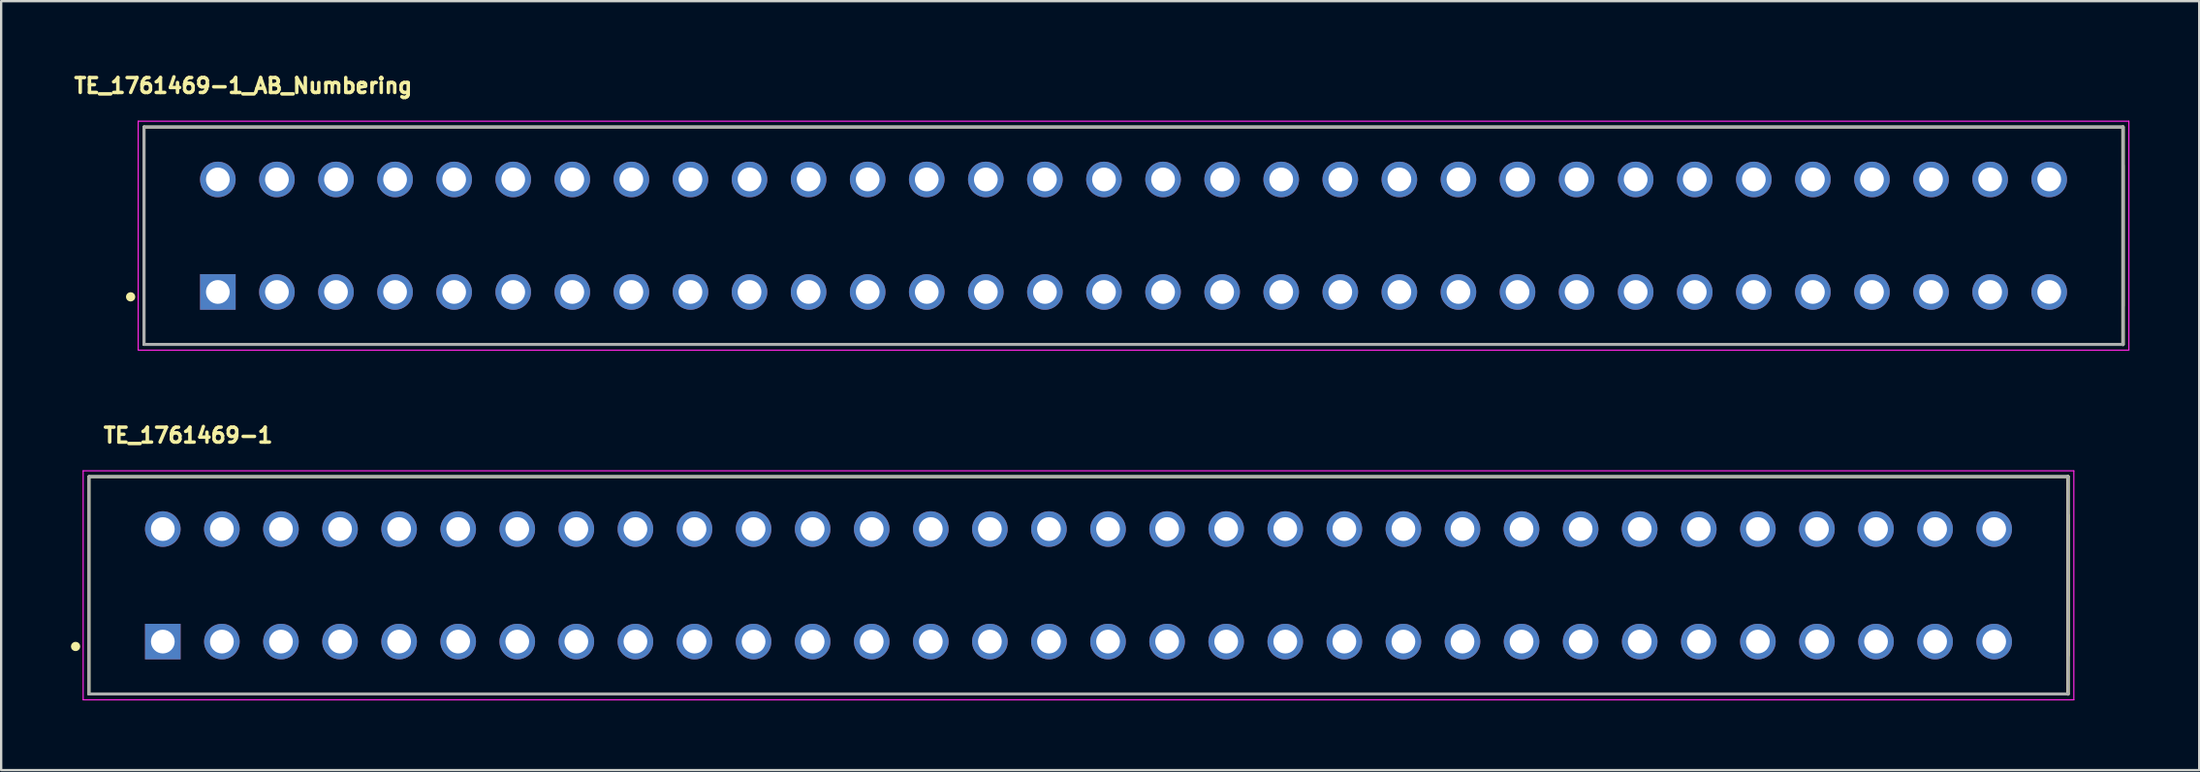
<source format=kicad_pcb>
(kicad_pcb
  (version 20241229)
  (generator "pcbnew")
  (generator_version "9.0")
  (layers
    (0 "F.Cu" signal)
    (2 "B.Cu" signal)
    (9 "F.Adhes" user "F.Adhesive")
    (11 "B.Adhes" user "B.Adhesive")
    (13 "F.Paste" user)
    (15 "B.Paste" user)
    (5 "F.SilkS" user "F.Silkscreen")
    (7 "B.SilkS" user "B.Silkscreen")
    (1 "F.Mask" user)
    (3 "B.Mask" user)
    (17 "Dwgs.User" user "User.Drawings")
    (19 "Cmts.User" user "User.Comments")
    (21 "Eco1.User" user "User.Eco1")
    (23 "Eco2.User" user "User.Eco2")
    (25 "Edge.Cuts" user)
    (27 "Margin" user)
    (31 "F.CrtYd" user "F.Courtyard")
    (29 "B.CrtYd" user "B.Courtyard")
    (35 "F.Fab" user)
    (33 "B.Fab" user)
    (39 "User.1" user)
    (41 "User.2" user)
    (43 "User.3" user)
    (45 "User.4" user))
  (footprint "TE_1761469-1"
    (layer "F.Cu")
    (at 43.32 22.13)
    (property "Reference" "TE_1761469-1" (at -38.281 -6.452 0) (layer "F.SilkS") (effects (font (size 0.641 0.641) (thickness 0.15))))
    (attr through_hole)
    (fp_line (start -42.545 -4.675) (end -42.545 4.675) (stroke (width 0.127) (type solid)) (layer "F.SilkS"))
    (fp_line (start -42.545 -4.675) (end 42.545 -4.675) (stroke (width 0.127) (type solid)) (layer "F.SilkS"))
    (fp_line (start 42.545 -4.675) (end 42.545 4.675) (stroke (width 0.15) (type solid)) (layer "F.SilkS"))
    (fp_line (start 42.545 -3.025) (end 42.545 3.025) (stroke (width 0.127) (type solid)) (layer "F.SilkS"))
    (fp_line (start 42.545 4.675) (end -42.545 4.675) (stroke (width 0.127) (type solid)) (layer "F.SilkS"))
    (fp_circle (center -43.12 2.63) (end -43.02 2.63) (stroke (width 0.2) (type solid)) (fill no) (layer "F.SilkS"))
    (fp_line (start -42.795 -4.925) (end 42.795 -4.925) (stroke (width 0.05) (type solid)) (layer "F.CrtYd"))
    (fp_line (start -42.795 4.925) (end -42.795 -4.925) (stroke (width 0.05) (type solid)) (layer "F.CrtYd"))
    (fp_line (start 42.795 -4.925) (end 42.795 4.925) (stroke (width 0.05) (type solid)) (layer "F.CrtYd"))
    (fp_line (start 42.795 4.925) (end -42.795 4.925) (stroke (width 0.05) (type solid)) (layer "F.CrtYd"))
    (fp_line (start -42.545 -4.675) (end -42.545 4.675) (stroke (width 0.127) (type solid)) (layer "F.Fab"))
    (fp_line (start -42.545 -4.675) (end 42.545 -4.675) (stroke (width 0.127) (type solid)) (layer "F.Fab"))
    (fp_line (start 42.545 -4.675) (end 42.545 4.675) (stroke (width 0.127) (type solid)) (layer "F.Fab"))
    (fp_line (start 42.545 4.675) (end -42.545 4.675) (stroke (width 0.127) (type solid)) (layer "F.Fab"))
    (pad "1" thru_hole rect (at -39.37 2.42) (size 1.53 1.53) (drill 1.02) (layers "*.Cu" "*.Mask"))
    (pad "2" thru_hole circle (at -36.83 2.42) (size 1.53 1.53) (drill 1.02) (layers "*.Cu" "*.Mask"))
    (pad "3" thru_hole circle (at -34.29 2.42) (size 1.53 1.53) (drill 1.02) (layers "*.Cu" "*.Mask"))
    (pad "4" thru_hole circle (at -31.75 2.42) (size 1.53 1.53) (drill 1.02) (layers "*.Cu" "*.Mask"))
    (pad "5" thru_hole circle (at -29.21 2.42) (size 1.53 1.53) (drill 1.02) (layers "*.Cu" "*.Mask"))
    (pad "6" thru_hole circle (at -26.67 2.42) (size 1.53 1.53) (drill 1.02) (layers "*.Cu" "*.Mask"))
    (pad "7" thru_hole circle (at -24.13 2.42) (size 1.53 1.53) (drill 1.02) (layers "*.Cu" "*.Mask"))
    (pad "8" thru_hole circle (at -21.59 2.42) (size 1.53 1.53) (drill 1.02) (layers "*.Cu" "*.Mask"))
    (pad "9" thru_hole circle (at -19.05 2.42) (size 1.53 1.53) (drill 1.02) (layers "*.Cu" "*.Mask"))
    (pad "10" thru_hole circle (at -16.51 2.42) (size 1.53 1.53) (drill 1.02) (layers "*.Cu" "*.Mask"))
    (pad "11" thru_hole circle (at -13.97 2.42) (size 1.53 1.53) (drill 1.02) (layers "*.Cu" "*.Mask"))
    (pad "12" thru_hole circle (at -11.43 2.42) (size 1.53 1.53) (drill 1.02) (layers "*.Cu" "*.Mask"))
    (pad "13" thru_hole circle (at -8.89 2.42) (size 1.53 1.53) (drill 1.02) (layers "*.Cu" "*.Mask"))
    (pad "14" thru_hole circle (at -6.35 2.42) (size 1.53 1.53) (drill 1.02) (layers "*.Cu" "*.Mask"))
    (pad "15" thru_hole circle (at -3.81 2.42) (size 1.53 1.53) (drill 1.02) (layers "*.Cu" "*.Mask"))
    (pad "16" thru_hole circle (at -1.27 2.42) (size 1.53 1.53) (drill 1.02) (layers "*.Cu" "*.Mask"))
    (pad "17" thru_hole circle (at 1.27 2.42) (size 1.53 1.53) (drill 1.02) (layers "*.Cu" "*.Mask"))
    (pad "18" thru_hole circle (at 3.81 2.42) (size 1.53 1.53) (drill 1.02) (layers "*.Cu" "*.Mask"))
    (pad "19" thru_hole circle (at 6.35 2.42) (size 1.53 1.53) (drill 1.02) (layers "*.Cu" "*.Mask"))
    (pad "20" thru_hole circle (at 8.89 2.42) (size 1.53 1.53) (drill 1.02) (layers "*.Cu" "*.Mask"))
    (pad "21" thru_hole circle (at 11.43 2.42) (size 1.53 1.53) (drill 1.02) (layers "*.Cu" "*.Mask"))
    (pad "22" thru_hole circle (at 13.97 2.42) (size 1.53 1.53) (drill 1.02) (layers "*.Cu" "*.Mask"))
    (pad "23" thru_hole circle (at 16.51 2.42) (size 1.53 1.53) (drill 1.02) (layers "*.Cu" "*.Mask"))
    (pad "24" thru_hole circle (at 19.05 2.42) (size 1.53 1.53) (drill 1.02) (layers "*.Cu" "*.Mask"))
    (pad "25" thru_hole circle (at 21.59 2.42) (size 1.53 1.53) (drill 1.02) (layers "*.Cu" "*.Mask"))
    (pad "26" thru_hole circle (at 24.13 2.42) (size 1.53 1.53) (drill 1.02) (layers "*.Cu" "*.Mask"))
    (pad "27" thru_hole circle (at 26.67 2.42) (size 1.53 1.53) (drill 1.02) (layers "*.Cu" "*.Mask"))
    (pad "28" thru_hole circle (at 29.21 2.42) (size 1.53 1.53) (drill 1.02) (layers "*.Cu" "*.Mask"))
    (pad "29" thru_hole circle (at 31.75 2.42) (size 1.53 1.53) (drill 1.02) (layers "*.Cu" "*.Mask"))
    (pad "30" thru_hole circle (at 34.29 2.42) (size 1.53 1.53) (drill 1.02) (layers "*.Cu" "*.Mask"))
    (pad "31" thru_hole circle (at 36.83 2.42) (size 1.53 1.53) (drill 1.02) (layers "*.Cu" "*.Mask"))
    (pad "32" thru_hole circle (at 39.37 2.42) (size 1.53 1.53) (drill 1.02) (layers "*.Cu" "*.Mask"))
    (pad "33" thru_hole circle (at 39.37 -2.42) (size 1.53 1.53) (drill 1.02) (layers "*.Cu" "*.Mask"))
    (pad "34" thru_hole circle (at 36.83 -2.42) (size 1.53 1.53) (drill 1.02) (layers "*.Cu" "*.Mask"))
    (pad "35" thru_hole circle (at 34.29 -2.42) (size 1.53 1.53) (drill 1.02) (layers "*.Cu" "*.Mask"))
    (pad "36" thru_hole circle (at 31.75 -2.42) (size 1.53 1.53) (drill 1.02) (layers "*.Cu" "*.Mask"))
    (pad "37" thru_hole circle (at 29.21 -2.42) (size 1.53 1.53) (drill 1.02) (layers "*.Cu" "*.Mask"))
    (pad "38" thru_hole circle (at 26.67 -2.42) (size 1.53 1.53) (drill 1.02) (layers "*.Cu" "*.Mask"))
    (pad "39" thru_hole circle (at 24.13 -2.42) (size 1.53 1.53) (drill 1.02) (layers "*.Cu" "*.Mask"))
    (pad "40" thru_hole circle (at 21.59 -2.42) (size 1.53 1.53) (drill 1.02) (layers "*.Cu" "*.Mask"))
    (pad "41" thru_hole circle (at 19.05 -2.42) (size 1.53 1.53) (drill 1.02) (layers "*.Cu" "*.Mask"))
    (pad "42" thru_hole circle (at 16.51 -2.42) (size 1.53 1.53) (drill 1.02) (layers "*.Cu" "*.Mask"))
    (pad "43" thru_hole circle (at 13.97 -2.42) (size 1.53 1.53) (drill 1.02) (layers "*.Cu" "*.Mask"))
    (pad "44" thru_hole circle (at 11.43 -2.42) (size 1.53 1.53) (drill 1.02) (layers "*.Cu" "*.Mask"))
    (pad "45" thru_hole circle (at 8.89 -2.42) (size 1.53 1.53) (drill 1.02) (layers "*.Cu" "*.Mask"))
    (pad "46" thru_hole circle (at 6.35 -2.42) (size 1.53 1.53) (drill 1.02) (layers "*.Cu" "*.Mask"))
    (pad "47" thru_hole circle (at 3.81 -2.42) (size 1.53 1.53) (drill 1.02) (layers "*.Cu" "*.Mask"))
    (pad "48" thru_hole circle (at 1.27 -2.42) (size 1.53 1.53) (drill 1.02) (layers "*.Cu" "*.Mask"))
    (pad "49" thru_hole circle (at -1.27 -2.42) (size 1.53 1.53) (drill 1.02) (layers "*.Cu" "*.Mask"))
    (pad "50" thru_hole circle (at -3.81 -2.42) (size 1.53 1.53) (drill 1.02) (layers "*.Cu" "*.Mask"))
    (pad "51" thru_hole circle (at -6.35 -2.42) (size 1.53 1.53) (drill 1.02) (layers "*.Cu" "*.Mask"))
    (pad "52" thru_hole circle (at -8.89 -2.42) (size 1.53 1.53) (drill 1.02) (layers "*.Cu" "*.Mask"))
    (pad "53" thru_hole circle (at -11.43 -2.42) (size 1.53 1.53) (drill 1.02) (layers "*.Cu" "*.Mask"))
    (pad "54" thru_hole circle (at -13.97 -2.42) (size 1.53 1.53) (drill 1.02) (layers "*.Cu" "*.Mask"))
    (pad "55" thru_hole circle (at -16.51 -2.42) (size 1.53 1.53) (drill 1.02) (layers "*.Cu" "*.Mask"))
    (pad "56" thru_hole circle (at -19.05 -2.42) (size 1.53 1.53) (drill 1.02) (layers "*.Cu" "*.Mask"))
    (pad "57" thru_hole circle (at -21.59 -2.42) (size 1.53 1.53) (drill 1.02) (layers "*.Cu" "*.Mask"))
    (pad "58" thru_hole circle (at -24.13 -2.42) (size 1.53 1.53) (drill 1.02) (layers "*.Cu" "*.Mask"))
    (pad "59" thru_hole circle (at -26.67 -2.42) (size 1.53 1.53) (drill 1.02) (layers "*.Cu" "*.Mask"))
    (pad "60" thru_hole circle (at -29.21 -2.42) (size 1.53 1.53) (drill 1.02) (layers "*.Cu" "*.Mask"))
    (pad "61" thru_hole circle (at -31.75 -2.42) (size 1.53 1.53) (drill 1.02) (layers "*.Cu" "*.Mask"))
    (pad "62" thru_hole circle (at -34.29 -2.42) (size 1.53 1.53) (drill 1.02) (layers "*.Cu" "*.Mask"))
    (pad "63" thru_hole circle (at -36.83 -2.42) (size 1.53 1.53) (drill 1.02) (layers "*.Cu" "*.Mask"))
    (pad "64" thru_hole circle (at -39.37 -2.42) (size 1.53 1.53) (drill 1.02) (layers "*.Cu" "*.Mask")))
  (footprint "TE_1761469-1_AB_Numbering"
    (layer "F.Cu")
    (at 45.686 7.09)
    (property "Reference" "TE_1761469-1_AB_Numbering" (at -38.281 -6.452 0) (layer "F.SilkS") (effects (font (size 0.641 0.641) (thickness 0.15))))
    (attr through_hole)
    (fp_line (start -42.545 -4.675) (end -42.545 4.675) (stroke (width 0.127) (type solid)) (layer "F.SilkS"))
    (fp_line (start -42.545 -4.675) (end 42.545 -4.675) (stroke (width 0.127) (type solid)) (layer "F.SilkS"))
    (fp_line (start 42.545 -4.675) (end 42.545 4.675) (stroke (width 0.15) (type solid)) (layer "F.SilkS"))
    (fp_line (start 42.545 -3.025) (end 42.545 3.025) (stroke (width 0.127) (type solid)) (layer "F.SilkS"))
    (fp_line (start 42.545 4.675) (end -42.545 4.675) (stroke (width 0.127) (type solid)) (layer "F.SilkS"))
    (fp_circle (center -43.12 2.63) (end -43.02 2.63) (stroke (width 0.2) (type solid)) (fill no) (layer "F.SilkS"))
    (fp_line (start -42.795 -4.925) (end 42.795 -4.925) (stroke (width 0.05) (type solid)) (layer "F.CrtYd"))
    (fp_line (start -42.795 4.925) (end -42.795 -4.925) (stroke (width 0.05) (type solid)) (layer "F.CrtYd"))
    (fp_line (start 42.795 -4.925) (end 42.795 4.925) (stroke (width 0.05) (type solid)) (layer "F.CrtYd"))
    (fp_line (start 42.795 4.925) (end -42.795 4.925) (stroke (width 0.05) (type solid)) (layer "F.CrtYd"))
    (fp_line (start -42.545 -4.675) (end -42.545 4.675) (stroke (width 0.127) (type solid)) (layer "F.Fab"))
    (fp_line (start -42.545 -4.675) (end 42.545 -4.675) (stroke (width 0.127) (type solid)) (layer "F.Fab"))
    (fp_line (start 42.545 -4.675) (end 42.545 4.675) (stroke (width 0.127) (type solid)) (layer "F.Fab"))
    (fp_line (start 42.545 4.675) (end -42.545 4.675) (stroke (width 0.127) (type solid)) (layer "F.Fab"))
    (pad "A1" thru_hole rect (at -39.37 2.42) (size 1.53 1.53) (drill 1.02) (layers "*.Cu" "*.Mask"))
    (pad "A2" thru_hole circle (at -36.83 2.42) (size 1.53 1.53) (drill 1.02) (layers "*.Cu" "*.Mask"))
    (pad "A3" thru_hole circle (at -34.29 2.42) (size 1.53 1.53) (drill 1.02) (layers "*.Cu" "*.Mask"))
    (pad "A4" thru_hole circle (at -31.75 2.42) (size 1.53 1.53) (drill 1.02) (layers "*.Cu" "*.Mask"))
    (pad "A5" thru_hole circle (at -29.21 2.42) (size 1.53 1.53) (drill 1.02) (layers "*.Cu" "*.Mask"))
    (pad "A6" thru_hole circle (at -26.67 2.42) (size 1.53 1.53) (drill 1.02) (layers "*.Cu" "*.Mask"))
    (pad "A7" thru_hole circle (at -24.13 2.42) (size 1.53 1.53) (drill 1.02) (layers "*.Cu" "*.Mask"))
    (pad "A8" thru_hole circle (at -21.59 2.42) (size 1.53 1.53) (drill 1.02) (layers "*.Cu" "*.Mask"))
    (pad "A9" thru_hole circle (at -19.05 2.42) (size 1.53 1.53) (drill 1.02) (layers "*.Cu" "*.Mask"))
    (pad "A10" thru_hole circle (at -16.51 2.42) (size 1.53 1.53) (drill 1.02) (layers "*.Cu" "*.Mask"))
    (pad "A11" thru_hole circle (at -13.97 2.42) (size 1.53 1.53) (drill 1.02) (layers "*.Cu" "*.Mask"))
    (pad "A12" thru_hole circle (at -11.43 2.42) (size 1.53 1.53) (drill 1.02) (layers "*.Cu" "*.Mask"))
    (pad "A13" thru_hole circle (at -8.89 2.42) (size 1.53 1.53) (drill 1.02) (layers "*.Cu" "*.Mask"))
    (pad "A14" thru_hole circle (at -6.35 2.42) (size 1.53 1.53) (drill 1.02) (layers "*.Cu" "*.Mask"))
    (pad "A15" thru_hole circle (at -3.81 2.42) (size 1.53 1.53) (drill 1.02) (layers "*.Cu" "*.Mask"))
    (pad "A16" thru_hole circle (at -1.27 2.42) (size 1.53 1.53) (drill 1.02) (layers "*.Cu" "*.Mask"))
    (pad "A17" thru_hole circle (at 1.27 2.42) (size 1.53 1.53) (drill 1.02) (layers "*.Cu" "*.Mask"))
    (pad "A18" thru_hole circle (at 3.81 2.42) (size 1.53 1.53) (drill 1.02) (layers "*.Cu" "*.Mask"))
    (pad "A19" thru_hole circle (at 6.35 2.42) (size 1.53 1.53) (drill 1.02) (layers "*.Cu" "*.Mask"))
    (pad "A20" thru_hole circle (at 8.89 2.42) (size 1.53 1.53) (drill 1.02) (layers "*.Cu" "*.Mask"))
    (pad "A21" thru_hole circle (at 11.43 2.42) (size 1.53 1.53) (drill 1.02) (layers "*.Cu" "*.Mask"))
    (pad "A22" thru_hole circle (at 13.97 2.42) (size 1.53 1.53) (drill 1.02) (layers "*.Cu" "*.Mask"))
    (pad "A23" thru_hole circle (at 16.51 2.42) (size 1.53 1.53) (drill 1.02) (layers "*.Cu" "*.Mask"))
    (pad "A24" thru_hole circle (at 19.05 2.42) (size 1.53 1.53) (drill 1.02) (layers "*.Cu" "*.Mask"))
    (pad "A25" thru_hole circle (at 21.59 2.42) (size 1.53 1.53) (drill 1.02) (layers "*.Cu" "*.Mask"))
    (pad "A26" thru_hole circle (at 24.13 2.42) (size 1.53 1.53) (drill 1.02) (layers "*.Cu" "*.Mask"))
    (pad "A27" thru_hole circle (at 26.67 2.42) (size 1.53 1.53) (drill 1.02) (layers "*.Cu" "*.Mask"))
    (pad "A28" thru_hole circle (at 29.21 2.42) (size 1.53 1.53) (drill 1.02) (layers "*.Cu" "*.Mask"))
    (pad "A29" thru_hole circle (at 31.75 2.42) (size 1.53 1.53) (drill 1.02) (layers "*.Cu" "*.Mask"))
    (pad "A30" thru_hole circle (at 34.29 2.42) (size 1.53 1.53) (drill 1.02) (layers "*.Cu" "*.Mask"))
    (pad "A31" thru_hole circle (at 36.83 2.42) (size 1.53 1.53) (drill 1.02) (layers "*.Cu" "*.Mask"))
    (pad "A32" thru_hole circle (at 39.37 2.42) (size 1.53 1.53) (drill 1.02) (layers "*.Cu" "*.Mask"))
    (pad "B1" thru_hole circle (at -39.37 -2.42) (size 1.53 1.53) (drill 1.02) (layers "*.Cu" "*.Mask"))
    (pad "B2" thru_hole circle (at -36.83 -2.42) (size 1.53 1.53) (drill 1.02) (layers "*.Cu" "*.Mask"))
    (pad "B3" thru_hole circle (at -34.29 -2.42) (size 1.53 1.53) (drill 1.02) (layers "*.Cu" "*.Mask"))
    (pad "B4" thru_hole circle (at -31.75 -2.42) (size 1.53 1.53) (drill 1.02) (layers "*.Cu" "*.Mask"))
    (pad "B5" thru_hole circle (at -29.21 -2.42) (size 1.53 1.53) (drill 1.02) (layers "*.Cu" "*.Mask"))
    (pad "B6" thru_hole circle (at -26.67 -2.42) (size 1.53 1.53) (drill 1.02) (layers "*.Cu" "*.Mask"))
    (pad "B7" thru_hole circle (at -24.13 -2.42) (size 1.53 1.53) (drill 1.02) (layers "*.Cu" "*.Mask"))
    (pad "B8" thru_hole circle (at -21.59 -2.42) (size 1.53 1.53) (drill 1.02) (layers "*.Cu" "*.Mask"))
    (pad "B9" thru_hole circle (at -19.05 -2.42) (size 1.53 1.53) (drill 1.02) (layers "*.Cu" "*.Mask"))
    (pad "B10" thru_hole circle (at -16.51 -2.42) (size 1.53 1.53) (drill 1.02) (layers "*.Cu" "*.Mask"))
    (pad "B11" thru_hole circle (at -13.97 -2.42) (size 1.53 1.53) (drill 1.02) (layers "*.Cu" "*.Mask"))
    (pad "B12" thru_hole circle (at -11.43 -2.42) (size 1.53 1.53) (drill 1.02) (layers "*.Cu" "*.Mask"))
    (pad "B13" thru_hole circle (at -8.89 -2.42) (size 1.53 1.53) (drill 1.02) (layers "*.Cu" "*.Mask"))
    (pad "B14" thru_hole circle (at -6.35 -2.42) (size 1.53 1.53) (drill 1.02) (layers "*.Cu" "*.Mask"))
    (pad "B15" thru_hole circle (at -3.81 -2.42) (size 1.53 1.53) (drill 1.02) (layers "*.Cu" "*.Mask"))
    (pad "B16" thru_hole circle (at -1.27 -2.42) (size 1.53 1.53) (drill 1.02) (layers "*.Cu" "*.Mask"))
    (pad "B17" thru_hole circle (at 1.27 -2.42) (size 1.53 1.53) (drill 1.02) (layers "*.Cu" "*.Mask"))
    (pad "B18" thru_hole circle (at 3.81 -2.42) (size 1.53 1.53) (drill 1.02) (layers "*.Cu" "*.Mask"))
    (pad "B19" thru_hole circle (at 6.35 -2.42) (size 1.53 1.53) (drill 1.02) (layers "*.Cu" "*.Mask"))
    (pad "B20" thru_hole circle (at 8.89 -2.42) (size 1.53 1.53) (drill 1.02) (layers "*.Cu" "*.Mask"))
    (pad "B21" thru_hole circle (at 11.43 -2.42) (size 1.53 1.53) (drill 1.02) (layers "*.Cu" "*.Mask"))
    (pad "B22" thru_hole circle (at 13.97 -2.42) (size 1.53 1.53) (drill 1.02) (layers "*.Cu" "*.Mask"))
    (pad "B23" thru_hole circle (at 16.51 -2.42) (size 1.53 1.53) (drill 1.02) (layers "*.Cu" "*.Mask"))
    (pad "B24" thru_hole circle (at 19.05 -2.42) (size 1.53 1.53) (drill 1.02) (layers "*.Cu" "*.Mask"))
    (pad "B25" thru_hole circle (at 21.59 -2.42) (size 1.53 1.53) (drill 1.02) (layers "*.Cu" "*.Mask"))
    (pad "B26" thru_hole circle (at 24.13 -2.42) (size 1.53 1.53) (drill 1.02) (layers "*.Cu" "*.Mask"))
    (pad "B27" thru_hole circle (at 26.67 -2.42) (size 1.53 1.53) (drill 1.02) (layers "*.Cu" "*.Mask"))
    (pad "B28" thru_hole circle (at 29.21 -2.42) (size 1.53 1.53) (drill 1.02) (layers "*.Cu" "*.Mask"))
    (pad "B29" thru_hole circle (at 31.75 -2.42) (size 1.53 1.53) (drill 1.02) (layers "*.Cu" "*.Mask"))
    (pad "B30" thru_hole circle (at 34.29 -2.42) (size 1.53 1.53) (drill 1.02) (layers "*.Cu" "*.Mask"))
    (pad "B31" thru_hole circle (at 36.83 -2.42) (size 1.53 1.53) (drill 1.02) (layers "*.Cu" "*.Mask"))
    (pad "B32" thru_hole circle (at 39.37 -2.42) (size 1.53 1.53) (drill 1.02) (layers "*.Cu" "*.Mask")))
  (gr_rect
    (start -3 -3)
    (end 91.506 30.08)
    (stroke (width 0.1) (type default))
    (fill no)
    (layer "Edge.Cuts")))
</source>
